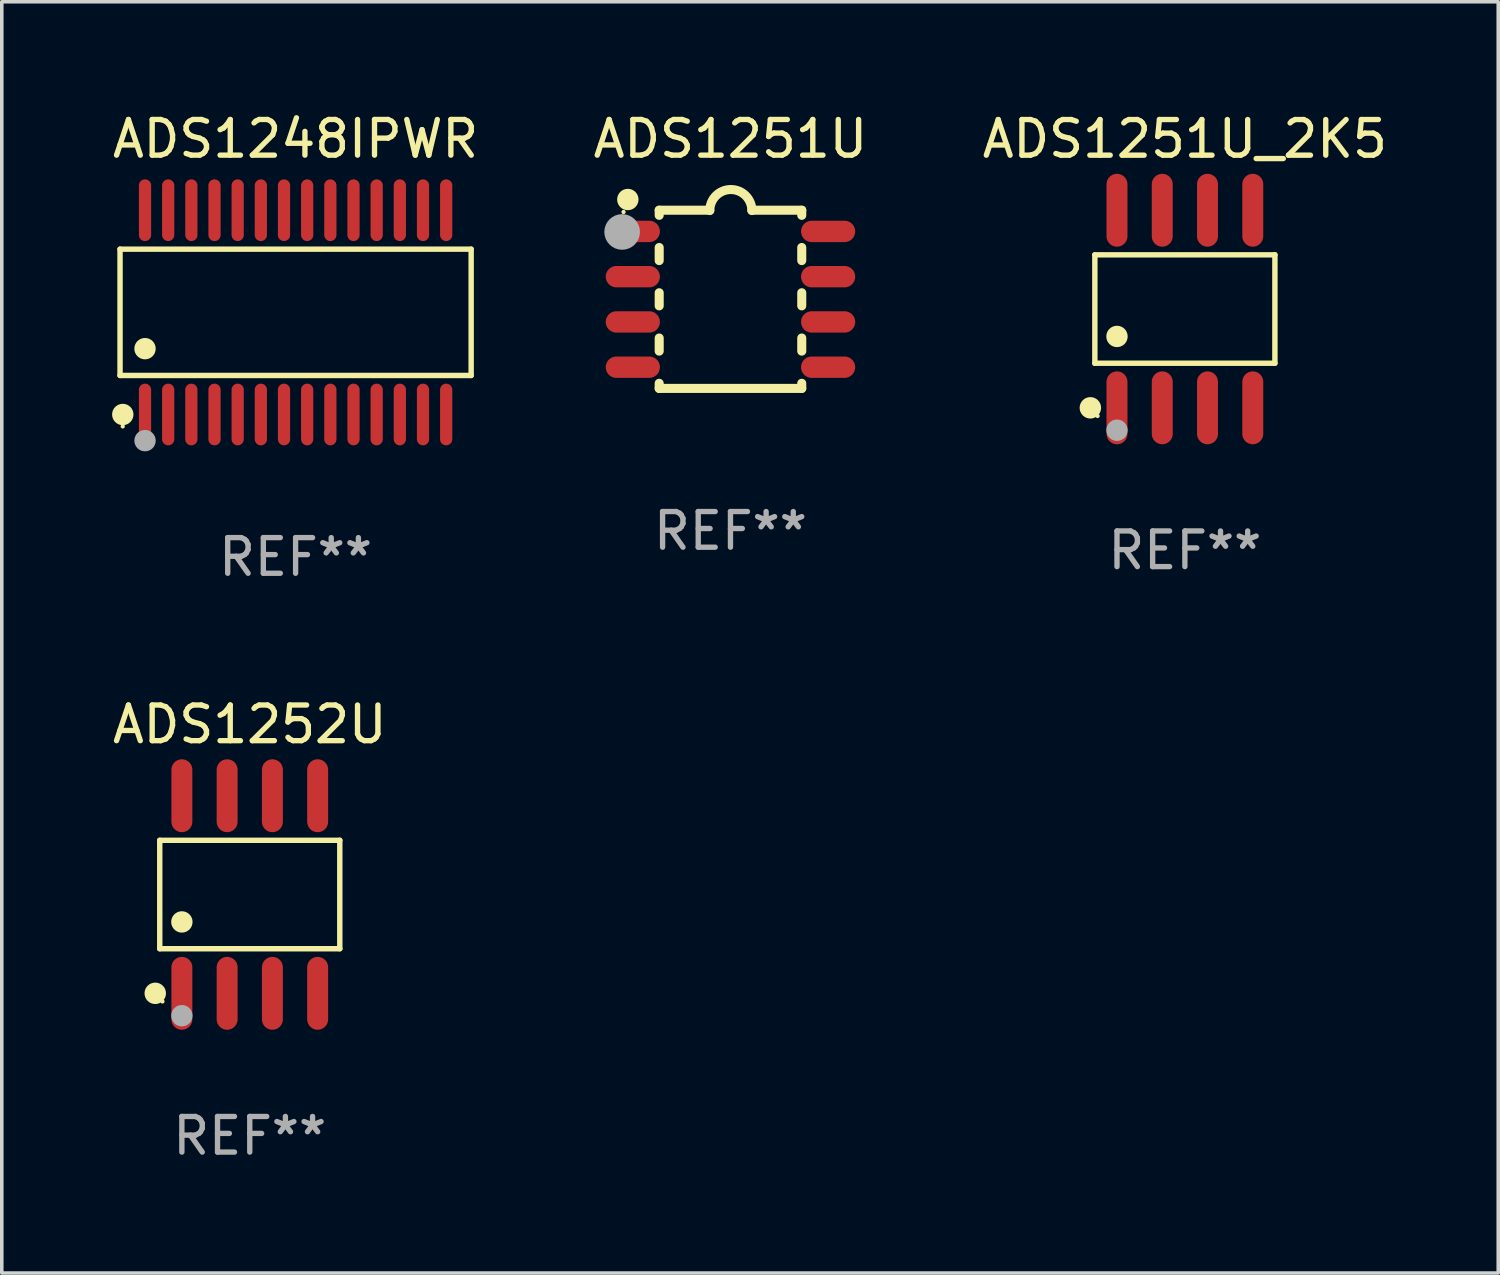
<source format=kicad_pcb>
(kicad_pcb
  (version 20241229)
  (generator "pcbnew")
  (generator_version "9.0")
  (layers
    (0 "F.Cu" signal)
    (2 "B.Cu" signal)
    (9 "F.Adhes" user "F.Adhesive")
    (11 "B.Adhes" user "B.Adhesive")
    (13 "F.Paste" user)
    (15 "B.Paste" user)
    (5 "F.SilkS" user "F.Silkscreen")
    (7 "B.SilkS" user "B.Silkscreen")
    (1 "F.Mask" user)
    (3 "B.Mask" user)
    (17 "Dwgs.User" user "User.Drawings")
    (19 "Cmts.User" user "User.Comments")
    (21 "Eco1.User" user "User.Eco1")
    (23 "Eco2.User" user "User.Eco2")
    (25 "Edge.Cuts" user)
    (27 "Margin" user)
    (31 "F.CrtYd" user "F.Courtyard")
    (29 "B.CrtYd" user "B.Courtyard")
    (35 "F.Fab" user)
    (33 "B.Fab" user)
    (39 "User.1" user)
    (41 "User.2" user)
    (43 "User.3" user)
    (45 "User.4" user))
  (footprint "ADS1252U"
    (layer "F.Cu")
    (at 3.958 22.049)
    (property "Reference" "ADS1252U" (at 0 -4.772 0) (layer "F.SilkS") (effects (font (size 1 1) (thickness 0.15))))
    (attr through_hole)
    (fp_line (start -2.526 -1.521) (end 2.526 -1.521) (stroke (width 0.152) (type solid)) (layer "F.SilkS"))
    (fp_line (start -2.526 1.521) (end -2.526 -1.521) (stroke (width 0.152) (type solid)) (layer "F.SilkS"))
    (fp_line (start 2.526 -1.521) (end 2.526 1.521) (stroke (width 0.152) (type solid)) (layer "F.SilkS"))
    (fp_line (start 2.526 1.521) (end -2.526 1.521) (stroke (width 0.152) (type solid)) (layer "F.SilkS"))
    (fp_circle (center -2.652 2.772) (end -2.501 2.772) (stroke (width 0.3) (type solid)) (fill no) (layer "F.SilkS"))
    (fp_circle (center -2.45 3) (end -2.42 3) (stroke (width 0.06) (type solid)) (fill no) (layer "F.SilkS"))
    (fp_circle (center -1.905 0.769) (end -1.755 0.769) (stroke (width 0.3) (type solid)) (fill no) (layer "F.SilkS"))
    (fp_circle (center -1.905 3.4) (end -1.755 3.4) (stroke (width 0.3) (type solid)) (fill no) (layer "F.Fab"))
    (fp_text user "REF**" (at 0 6.772 0) (layer "F.Fab") (effects (font (size 1 1) (thickness 0.15))))
    (pad "1" smd oval (at -1.905 2.772) (size 0.588 2.045) (layers "F.Cu" "F.Mask" "F.Paste"))
    (pad "2" smd oval (at -0.635 2.772) (size 0.588 2.045) (layers "F.Cu" "F.Mask" "F.Paste"))
    (pad "3" smd oval (at 0.635 2.772) (size 0.588 2.045) (layers "F.Cu" "F.Mask" "F.Paste"))
    (pad "4" smd oval (at 1.905 2.772) (size 0.588 2.045) (layers "F.Cu" "F.Mask" "F.Paste"))
    (pad "5" smd oval (at 1.905 -2.772) (size 0.588 2.045) (layers "F.Cu" "F.Mask" "F.Paste"))
    (pad "6" smd oval (at 0.635 -2.772) (size 0.588 2.045) (layers "F.Cu" "F.Mask" "F.Paste"))
    (pad "7" smd oval (at -0.635 -2.772) (size 0.588 2.045) (layers "F.Cu" "F.Mask" "F.Paste"))
    (pad "8" smd oval (at -1.905 -2.772) (size 0.588 2.045) (layers "F.Cu" "F.Mask" "F.Paste")))
  (footprint "ADS1251U"
    (layer "F.Cu")
    (at 17.446 5.348)
    (property "Reference" "ADS1251U" (at 0 -4.5 0) (layer "F.SilkS") (effects (font (size 1 1) (thickness 0.15))))
    (attr through_hole)
    (fp_line (start -2 -2.5) (end -2 -2.356) (stroke (width 0.254) (type solid)) (layer "F.SilkS"))
    (fp_line (start -2 -1.454) (end -2 -1.086) (stroke (width 0.254) (type solid)) (layer "F.SilkS"))
    (fp_line (start -2 -0.184) (end -2 0.184) (stroke (width 0.254) (type solid)) (layer "F.SilkS"))
    (fp_line (start -2 1.086) (end -2 1.454) (stroke (width 0.254) (type solid)) (layer "F.SilkS"))
    (fp_line (start -2 2.356) (end -2 2.5) (stroke (width 0.254) (type solid)) (layer "F.SilkS"))
    (fp_line (start -0.58 -2.5) (end -2 -2.5) (stroke (width 0.254) (type solid)) (layer "F.SilkS"))
    (fp_line (start 2 -2.5) (end 0.6 -2.5) (stroke (width 0.254) (type solid)) (layer "F.SilkS"))
    (fp_line (start 2 -2.5) (end 2 -2.356) (stroke (width 0.254) (type solid)) (layer "F.SilkS"))
    (fp_line (start 2 -1.454) (end 2 -1.086) (stroke (width 0.254) (type solid)) (layer "F.SilkS"))
    (fp_line (start 2 -0.184) (end 2 0.184) (stroke (width 0.254) (type solid)) (layer "F.SilkS"))
    (fp_line (start 2 1.086) (end 2 1.454) (stroke (width 0.254) (type solid)) (layer "F.SilkS"))
    (fp_line (start 2 2.356) (end 2 2.5) (stroke (width 0.254) (type solid)) (layer "F.SilkS"))
    (fp_line (start 2 2.5) (end -2 2.5) (stroke (width 0.254) (type solid)) (layer "F.SilkS"))
    (fp_arc (start -0.579908 -2.489992) (mid 0.010097 -3.07831) (end 0.600102 -2.489992) (stroke (width 0.254001) (type solid)) (layer "F.SilkS"))
    (fp_circle (center -3 -2.45) (end -2.97 -2.45) (stroke (width 0.06) (type solid)) (fill no) (layer "F.SilkS"))
    (fp_circle (center -2.88 -2.8) (end -2.73 -2.8) (stroke (width 0.3) (type solid)) (fill no) (layer "F.SilkS"))
    (fp_circle (center -3.04 -1.89) (end -2.79 -1.89) (stroke (width 0.5) (type solid)) (fill no) (layer "F.Fab"))
    (fp_text user "REF**" (at 0 6.5 0) (layer "F.Fab") (effects (font (size 1 1) (thickness 0.15))))
    (pad "1" smd oval (at -2.74 -1.905 90) (size 0.6 1.52) (layers "F.Cu" "F.Mask" "F.Paste"))
    (pad "2" smd oval (at -2.74 -0.635 90) (size 0.6 1.52) (layers "F.Cu" "F.Mask" "F.Paste"))
    (pad "3" smd oval (at -2.74 0.635 90) (size 0.6 1.52) (layers "F.Cu" "F.Mask" "F.Paste"))
    (pad "4" smd oval (at -2.74 1.905 90) (size 0.6 1.52) (layers "F.Cu" "F.Mask" "F.Paste"))
    (pad "5" smd oval (at 2.74 1.905 90) (size 0.6 1.52) (layers "F.Cu" "F.Mask" "F.Paste"))
    (pad "6" smd oval (at 2.74 0.635 90) (size 0.6 1.52) (layers "F.Cu" "F.Mask" "F.Paste"))
    (pad "7" smd oval (at 2.74 -0.635 90) (size 0.6 1.52) (layers "F.Cu" "F.Mask" "F.Paste"))
    (pad "8" smd oval (at 2.74 -1.905 90) (size 0.6 1.52) (layers "F.Cu" "F.Mask" "F.Paste")))
  (footprint "ADS1248IPWR"
    (layer "F.Cu")
    (at 5.244 5.714)
    (property "Reference" "ADS1248IPWR" (at 0 -4.866 0) (layer "F.SilkS") (effects (font (size 1 1) (thickness 0.15))))
    (attr through_hole)
    (fp_line (start -4.926 -1.772) (end 4.926 -1.772) (stroke (width 0.152) (type solid)) (layer "F.SilkS"))
    (fp_line (start -4.926 1.771) (end -4.926 -1.772) (stroke (width 0.152) (type solid)) (layer "F.SilkS"))
    (fp_line (start 4.926 -1.772) (end 4.926 1.771) (stroke (width 0.152) (type solid)) (layer "F.SilkS"))
    (fp_line (start 4.926 1.771) (end -4.926 1.771) (stroke (width 0.152) (type solid)) (layer "F.SilkS"))
    (fp_circle (center -4.85 3.2) (end -4.82 3.2) (stroke (width 0.06) (type solid)) (fill no) (layer "F.SilkS"))
    (fp_circle (center -4.849 2.866) (end -4.699 2.866) (stroke (width 0.3) (type solid)) (fill no) (layer "F.SilkS"))
    (fp_circle (center -4.225 1.019) (end -4.075 1.019) (stroke (width 0.3) (type solid)) (fill no) (layer "F.SilkS"))
    (fp_circle (center -4.225 3.6) (end -4.075 3.6) (stroke (width 0.3) (type solid)) (fill no) (layer "F.Fab"))
    (fp_text user "REF**" (at 0 6.866 0) (layer "F.Fab") (effects (font (size 1 1) (thickness 0.15))))
    (pad "1" smd oval (at -4.225 2.866) (size 0.343 1.731) (layers "F.Cu" "F.Mask" "F.Paste"))
    (pad "2" smd oval (at -3.575 2.866) (size 0.343 1.731) (layers "F.Cu" "F.Mask" "F.Paste"))
    (pad "3" smd oval (at -2.925 2.866) (size 0.343 1.731) (layers "F.Cu" "F.Mask" "F.Paste"))
    (pad "4" smd oval (at -2.275 2.866) (size 0.343 1.731) (layers "F.Cu" "F.Mask" "F.Paste"))
    (pad "5" smd oval (at -1.625 2.866) (size 0.343 1.731) (layers "F.Cu" "F.Mask" "F.Paste"))
    (pad "6" smd oval (at -0.975 2.866) (size 0.343 1.731) (layers "F.Cu" "F.Mask" "F.Paste"))
    (pad "7" smd oval (at -0.325 2.866) (size 0.343 1.731) (layers "F.Cu" "F.Mask" "F.Paste"))
    (pad "8" smd oval (at 0.325 2.866) (size 0.343 1.731) (layers "F.Cu" "F.Mask" "F.Paste"))
    (pad "9" smd oval (at 0.975 2.866) (size 0.343 1.731) (layers "F.Cu" "F.Mask" "F.Paste"))
    (pad "10" smd oval (at 1.625 2.866) (size 0.343 1.731) (layers "F.Cu" "F.Mask" "F.Paste"))
    (pad "11" smd oval (at 2.275 2.866) (size 0.343 1.731) (layers "F.Cu" "F.Mask" "F.Paste"))
    (pad "12" smd oval (at 2.925 2.866) (size 0.343 1.731) (layers "F.Cu" "F.Mask" "F.Paste"))
    (pad "13" smd oval (at 3.575 2.866) (size 0.343 1.731) (layers "F.Cu" "F.Mask" "F.Paste"))
    (pad "14" smd oval (at 4.225 2.866) (size 0.343 1.731) (layers "F.Cu" "F.Mask" "F.Paste"))
    (pad "15" smd oval (at 4.225 -2.866) (size 0.343 1.731) (layers "F.Cu" "F.Mask" "F.Paste"))
    (pad "16" smd oval (at 3.575 -2.866) (size 0.343 1.731) (layers "F.Cu" "F.Mask" "F.Paste"))
    (pad "17" smd oval (at 2.925 -2.866) (size 0.343 1.731) (layers "F.Cu" "F.Mask" "F.Paste"))
    (pad "18" smd oval (at 2.275 -2.866) (size 0.343 1.731) (layers "F.Cu" "F.Mask" "F.Paste"))
    (pad "19" smd oval (at 1.625 -2.866) (size 0.343 1.731) (layers "F.Cu" "F.Mask" "F.Paste"))
    (pad "20" smd oval (at 0.975 -2.866) (size 0.343 1.731) (layers "F.Cu" "F.Mask" "F.Paste"))
    (pad "21" smd oval (at 0.325 -2.866) (size 0.343 1.731) (layers "F.Cu" "F.Mask" "F.Paste"))
    (pad "22" smd oval (at -0.325 -2.866) (size 0.343 1.731) (layers "F.Cu" "F.Mask" "F.Paste"))
    (pad "23" smd oval (at -0.975 -2.866) (size 0.343 1.731) (layers "F.Cu" "F.Mask" "F.Paste"))
    (pad "24" smd oval (at -1.625 -2.866) (size 0.343 1.731) (layers "F.Cu" "F.Mask" "F.Paste"))
    (pad "25" smd oval (at -2.275 -2.866) (size 0.343 1.731) (layers "F.Cu" "F.Mask" "F.Paste"))
    (pad "26" smd oval (at -2.925 -2.866) (size 0.343 1.731) (layers "F.Cu" "F.Mask" "F.Paste"))
    (pad "27" smd oval (at -3.575 -2.866) (size 0.343 1.731) (layers "F.Cu" "F.Mask" "F.Paste"))
    (pad "28" smd oval (at -4.225 -2.866) (size 0.343 1.731) (layers "F.Cu" "F.Mask" "F.Paste")))
  (footprint "ADS1251U_2K5"
    (layer "F.Cu")
    (at 30.196 5.621)
    (property "Reference" "ADS1251U_2K5" (at 0 -4.772 0) (layer "F.SilkS") (effects (font (size 1 1) (thickness 0.15))))
    (attr through_hole)
    (fp_line (start -2.526 -1.521) (end 2.526 -1.521) (stroke (width 0.152) (type solid)) (layer "F.SilkS"))
    (fp_line (start -2.526 1.521) (end -2.526 -1.521) (stroke (width 0.152) (type solid)) (layer "F.SilkS"))
    (fp_line (start 2.526 -1.521) (end 2.526 1.521) (stroke (width 0.152) (type solid)) (layer "F.SilkS"))
    (fp_line (start 2.526 1.521) (end -2.526 1.521) (stroke (width 0.152) (type solid)) (layer "F.SilkS"))
    (fp_circle (center -2.652 2.772) (end -2.501 2.772) (stroke (width 0.3) (type solid)) (fill no) (layer "F.SilkS"))
    (fp_circle (center -2.45 3) (end -2.42 3) (stroke (width 0.06) (type solid)) (fill no) (layer "F.SilkS"))
    (fp_circle (center -1.905 0.769) (end -1.755 0.769) (stroke (width 0.3) (type solid)) (fill no) (layer "F.SilkS"))
    (fp_circle (center -1.905 3.4) (end -1.755 3.4) (stroke (width 0.3) (type solid)) (fill no) (layer "F.Fab"))
    (fp_text user "REF**" (at 0 6.772 0) (layer "F.Fab") (effects (font (size 1 1) (thickness 0.15))))
    (pad "1" smd oval (at -1.905 2.772) (size 0.588 2.045) (layers "F.Cu" "F.Mask" "F.Paste"))
    (pad "2" smd oval (at -0.635 2.772) (size 0.588 2.045) (layers "F.Cu" "F.Mask" "F.Paste"))
    (pad "3" smd oval (at 0.635 2.772) (size 0.588 2.045) (layers "F.Cu" "F.Mask" "F.Paste"))
    (pad "4" smd oval (at 1.905 2.772) (size 0.588 2.045) (layers "F.Cu" "F.Mask" "F.Paste"))
    (pad "5" smd oval (at 1.905 -2.772) (size 0.588 2.045) (layers "F.Cu" "F.Mask" "F.Paste"))
    (pad "6" smd oval (at 0.635 -2.772) (size 0.588 2.045) (layers "F.Cu" "F.Mask" "F.Paste"))
    (pad "7" smd oval (at -0.635 -2.772) (size 0.588 2.045) (layers "F.Cu" "F.Mask" "F.Paste"))
    (pad "8" smd oval (at -1.905 -2.772) (size 0.588 2.045) (layers "F.Cu" "F.Mask" "F.Paste")))
  (gr_rect
    (start -3 -3)
    (end 38.988 32.669)
    (stroke (width 0.1) (type default))
    (fill no)
    (layer "Edge.Cuts")))
</source>
